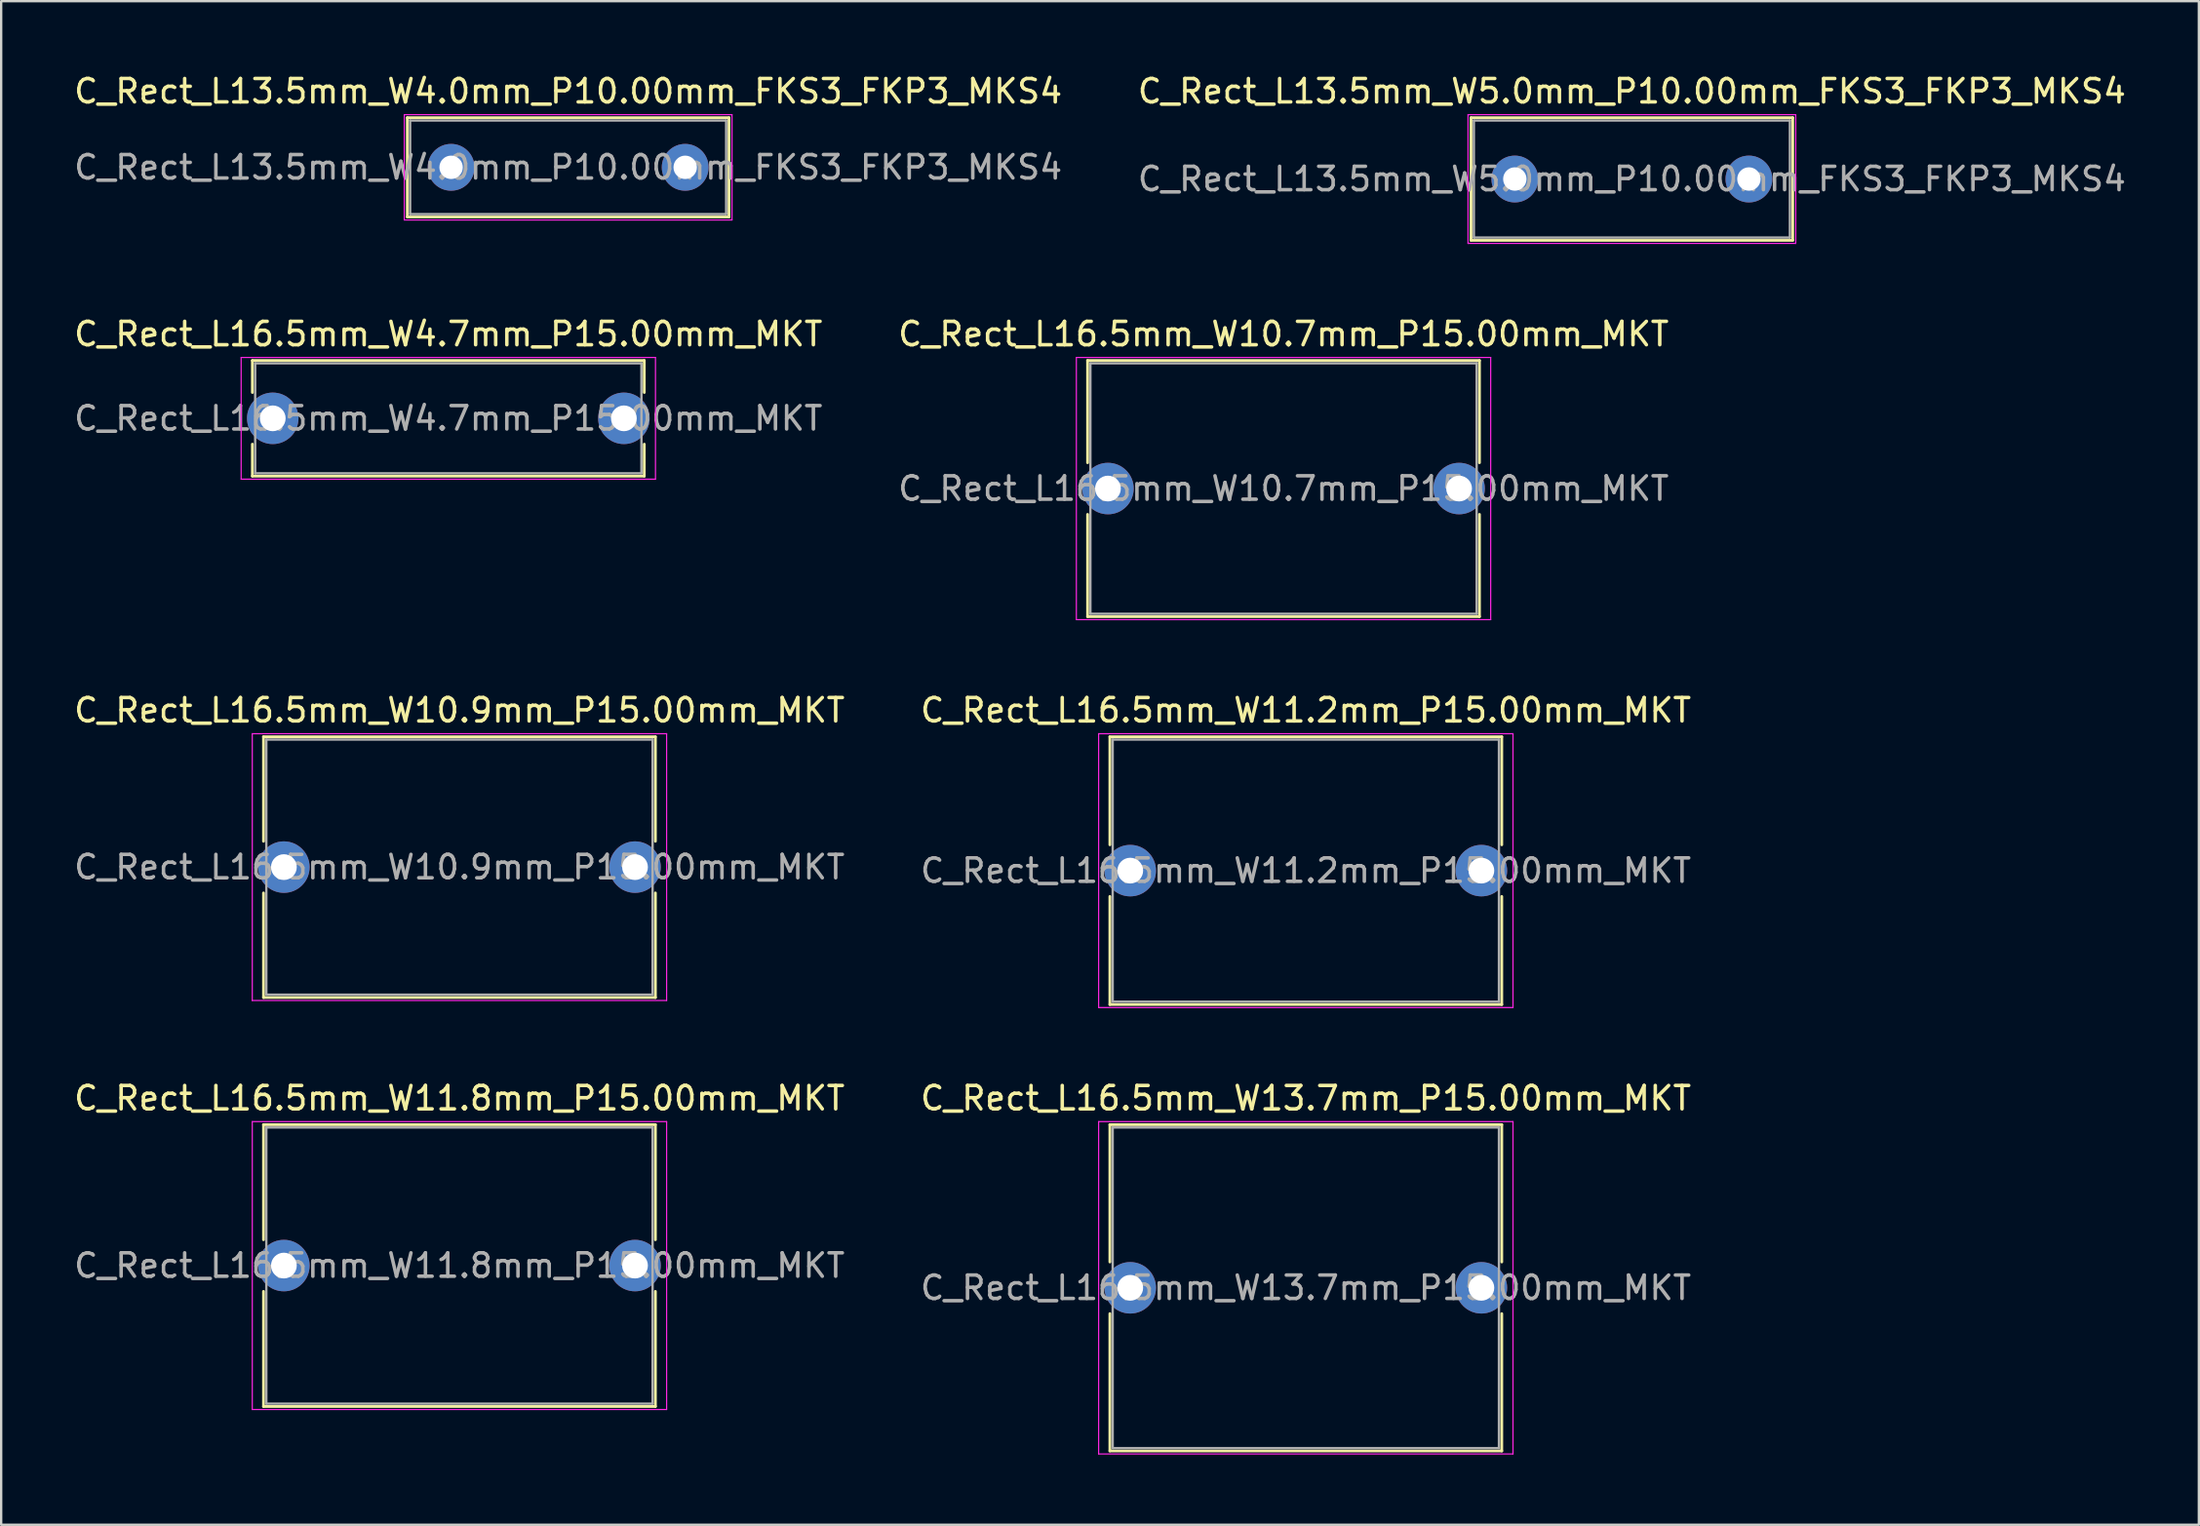
<source format=kicad_pcb>
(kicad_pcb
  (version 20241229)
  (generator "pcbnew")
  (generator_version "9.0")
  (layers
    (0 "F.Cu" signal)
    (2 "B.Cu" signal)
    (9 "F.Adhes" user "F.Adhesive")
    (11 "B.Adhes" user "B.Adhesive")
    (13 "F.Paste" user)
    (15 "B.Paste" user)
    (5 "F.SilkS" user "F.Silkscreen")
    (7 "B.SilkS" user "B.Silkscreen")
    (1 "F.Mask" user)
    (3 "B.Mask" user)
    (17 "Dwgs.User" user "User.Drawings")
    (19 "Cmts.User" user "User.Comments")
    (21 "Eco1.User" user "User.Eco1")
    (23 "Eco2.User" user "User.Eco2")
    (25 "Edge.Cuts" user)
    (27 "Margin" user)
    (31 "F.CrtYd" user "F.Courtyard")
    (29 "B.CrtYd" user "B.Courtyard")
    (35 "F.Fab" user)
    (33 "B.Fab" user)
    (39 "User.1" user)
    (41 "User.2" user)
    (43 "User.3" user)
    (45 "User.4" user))
  (footprint "C_Rect_L16.5mm_W11.2mm_P15.00mm_MKT"
    (layer "F.Cu")
    (at 45.232 34.145)
    (property "Reference" "C_Rect_L16.5mm_W11.2mm_P15.00mm_MKT" (at 7.5 -6.85 0) (layer "F.SilkS") (effects (font (size 1 1) (thickness 0.15))))
    (attr through_hole)
    (fp_line (start -0.87 -5.72) (end -0.87 -1.104) (stroke (width 0.12) (type solid)) (layer "F.SilkS"))
    (fp_line (start -0.87 -5.72) (end 15.87 -5.72) (stroke (width 0.12) (type solid)) (layer "F.SilkS"))
    (fp_line (start -0.87 1.104) (end -0.87 5.72) (stroke (width 0.12) (type solid)) (layer "F.SilkS"))
    (fp_line (start -0.87 5.72) (end 15.87 5.72) (stroke (width 0.12) (type solid)) (layer "F.SilkS"))
    (fp_line (start 15.87 -5.72) (end 15.87 -1.104) (stroke (width 0.12) (type solid)) (layer "F.SilkS"))
    (fp_line (start 15.87 1.104) (end 15.87 5.72) (stroke (width 0.12) (type solid)) (layer "F.SilkS"))
    (fp_line (start -1.35 -5.85) (end -1.35 5.85) (stroke (width 0.05) (type solid)) (layer "F.CrtYd"))
    (fp_line (start -1.35 5.85) (end 16.35 5.85) (stroke (width 0.05) (type solid)) (layer "F.CrtYd"))
    (fp_line (start 16.35 -5.85) (end -1.35 -5.85) (stroke (width 0.05) (type solid)) (layer "F.CrtYd"))
    (fp_line (start 16.35 5.85) (end 16.35 -5.85) (stroke (width 0.05) (type solid)) (layer "F.CrtYd"))
    (fp_line (start -0.75 -5.6) (end -0.75 5.6) (stroke (width 0.1) (type solid)) (layer "F.Fab"))
    (fp_line (start -0.75 5.6) (end 15.75 5.6) (stroke (width 0.1) (type solid)) (layer "F.Fab"))
    (fp_line (start 15.75 -5.6) (end -0.75 -5.6) (stroke (width 0.1) (type solid)) (layer "F.Fab"))
    (fp_line (start 15.75 5.6) (end 15.75 -5.6) (stroke (width 0.1) (type solid)) (layer "F.Fab"))
    (fp_text user "${REFERENCE}" (at 7.5 0 0) (layer "F.Fab") (effects (font (size 1 1) (thickness 0.15))))
    (pad "1" thru_hole circle (at 0 0) (size 2.2 2.2) (drill 1.1) (layers "*.Cu" "*.Mask"))
    (pad "2" thru_hole circle (at 15 0) (size 2.2 2.2) (drill 1.1) (layers "*.Cu" "*.Mask")))
  (footprint "C_Rect_L13.5mm_W4.0mm_P10.00mm_FKS3_FKP3_MKS4"
    (layer "F.Cu")
    (at 16.22 4.098)
    (property "Reference" "C_Rect_L13.5mm_W4.0mm_P10.00mm_FKS3_FKP3_MKS4" (at 5 -3.25 0) (layer "F.SilkS") (effects (font (size 1 1) (thickness 0.15))))
    (attr through_hole)
    (fp_line (start -1.87 -2.12) (end -1.87 2.12) (stroke (width 0.12) (type solid)) (layer "F.SilkS"))
    (fp_line (start -1.87 -2.12) (end 11.87 -2.12) (stroke (width 0.12) (type solid)) (layer "F.SilkS"))
    (fp_line (start -1.87 2.12) (end 11.87 2.12) (stroke (width 0.12) (type solid)) (layer "F.SilkS"))
    (fp_line (start 11.87 -2.12) (end 11.87 2.12) (stroke (width 0.12) (type solid)) (layer "F.SilkS"))
    (fp_line (start -2 -2.25) (end -2 2.25) (stroke (width 0.05) (type solid)) (layer "F.CrtYd"))
    (fp_line (start -2 2.25) (end 12 2.25) (stroke (width 0.05) (type solid)) (layer "F.CrtYd"))
    (fp_line (start 12 -2.25) (end -2 -2.25) (stroke (width 0.05) (type solid)) (layer "F.CrtYd"))
    (fp_line (start 12 2.25) (end 12 -2.25) (stroke (width 0.05) (type solid)) (layer "F.CrtYd"))
    (fp_line (start -1.75 -2) (end -1.75 2) (stroke (width 0.1) (type solid)) (layer "F.Fab"))
    (fp_line (start -1.75 2) (end 11.75 2) (stroke (width 0.1) (type solid)) (layer "F.Fab"))
    (fp_line (start 11.75 -2) (end -1.75 -2) (stroke (width 0.1) (type solid)) (layer "F.Fab"))
    (fp_line (start 11.75 2) (end 11.75 -2) (stroke (width 0.1) (type solid)) (layer "F.Fab"))
    (fp_text user "${REFERENCE}" (at 5 0 0) (layer "F.Fab") (effects (font (size 1 1) (thickness 0.15))))
    (pad "1" thru_hole circle (at 0 0) (size 2 2) (drill 1) (layers "*.Cu" "*.Mask"))
    (pad "2" thru_hole circle (at 10 0) (size 2 2) (drill 1) (layers "*.Cu" "*.Mask")))
  (footprint "C_Rect_L13.5mm_W5.0mm_P10.00mm_FKS3_FKP3_MKS4"
    (layer "F.Cu")
    (at 61.661 4.598)
    (property "Reference" "C_Rect_L13.5mm_W5.0mm_P10.00mm_FKS3_FKP3_MKS4" (at 5 -3.75 0) (layer "F.SilkS") (effects (font (size 1 1) (thickness 0.15))))
    (attr through_hole)
    (fp_line (start -1.87 -2.62) (end -1.87 2.62) (stroke (width 0.12) (type solid)) (layer "F.SilkS"))
    (fp_line (start -1.87 -2.62) (end 11.87 -2.62) (stroke (width 0.12) (type solid)) (layer "F.SilkS"))
    (fp_line (start -1.87 2.62) (end 11.87 2.62) (stroke (width 0.12) (type solid)) (layer "F.SilkS"))
    (fp_line (start 11.87 -2.62) (end 11.87 2.62) (stroke (width 0.12) (type solid)) (layer "F.SilkS"))
    (fp_line (start -2 -2.75) (end -2 2.75) (stroke (width 0.05) (type solid)) (layer "F.CrtYd"))
    (fp_line (start -2 2.75) (end 12 2.75) (stroke (width 0.05) (type solid)) (layer "F.CrtYd"))
    (fp_line (start 12 -2.75) (end -2 -2.75) (stroke (width 0.05) (type solid)) (layer "F.CrtYd"))
    (fp_line (start 12 2.75) (end 12 -2.75) (stroke (width 0.05) (type solid)) (layer "F.CrtYd"))
    (fp_line (start -1.75 -2.5) (end -1.75 2.5) (stroke (width 0.1) (type solid)) (layer "F.Fab"))
    (fp_line (start -1.75 2.5) (end 11.75 2.5) (stroke (width 0.1) (type solid)) (layer "F.Fab"))
    (fp_line (start 11.75 -2.5) (end -1.75 -2.5) (stroke (width 0.1) (type solid)) (layer "F.Fab"))
    (fp_line (start 11.75 2.5) (end 11.75 -2.5) (stroke (width 0.1) (type solid)) (layer "F.Fab"))
    (fp_text user "${REFERENCE}" (at 5 0 0) (layer "F.Fab") (effects (font (size 1 1) (thickness 0.15))))
    (pad "1" thru_hole circle (at 0 0) (size 2 2) (drill 1) (layers "*.Cu" "*.Mask"))
    (pad "2" thru_hole circle (at 10 0) (size 2 2) (drill 1) (layers "*.Cu" "*.Mask")))
  (footprint "C_Rect_L16.5mm_W10.7mm_P15.00mm_MKT"
    (layer "F.Cu")
    (at 44.28 17.822)
    (property "Reference" "C_Rect_L16.5mm_W10.7mm_P15.00mm_MKT" (at 7.5 -6.6 0) (layer "F.SilkS") (effects (font (size 1 1) (thickness 0.15))))
    (attr through_hole)
    (fp_line (start -0.87 -5.47) (end -0.87 -1.104) (stroke (width 0.12) (type solid)) (layer "F.SilkS"))
    (fp_line (start -0.87 -5.47) (end 15.87 -5.47) (stroke (width 0.12) (type solid)) (layer "F.SilkS"))
    (fp_line (start -0.87 1.104) (end -0.87 5.47) (stroke (width 0.12) (type solid)) (layer "F.SilkS"))
    (fp_line (start -0.87 5.47) (end 15.87 5.47) (stroke (width 0.12) (type solid)) (layer "F.SilkS"))
    (fp_line (start 15.87 -5.47) (end 15.87 -1.104) (stroke (width 0.12) (type solid)) (layer "F.SilkS"))
    (fp_line (start 15.87 1.104) (end 15.87 5.47) (stroke (width 0.12) (type solid)) (layer "F.SilkS"))
    (fp_line (start -1.35 -5.6) (end -1.35 5.6) (stroke (width 0.05) (type solid)) (layer "F.CrtYd"))
    (fp_line (start -1.35 5.6) (end 16.35 5.6) (stroke (width 0.05) (type solid)) (layer "F.CrtYd"))
    (fp_line (start 16.35 -5.6) (end -1.35 -5.6) (stroke (width 0.05) (type solid)) (layer "F.CrtYd"))
    (fp_line (start 16.35 5.6) (end 16.35 -5.6) (stroke (width 0.05) (type solid)) (layer "F.CrtYd"))
    (fp_line (start -0.75 -5.35) (end -0.75 5.35) (stroke (width 0.1) (type solid)) (layer "F.Fab"))
    (fp_line (start -0.75 5.35) (end 15.75 5.35) (stroke (width 0.1) (type solid)) (layer "F.Fab"))
    (fp_line (start 15.75 -5.35) (end -0.75 -5.35) (stroke (width 0.1) (type solid)) (layer "F.Fab"))
    (fp_line (start 15.75 5.35) (end 15.75 -5.35) (stroke (width 0.1) (type solid)) (layer "F.Fab"))
    (fp_text user "${REFERENCE}" (at 7.5 0 0) (layer "F.Fab") (effects (font (size 1 1) (thickness 0.15))))
    (pad "1" thru_hole circle (at 0 0) (size 2.2 2.2) (drill 1.1) (layers "*.Cu" "*.Mask"))
    (pad "2" thru_hole circle (at 15 0) (size 2.2 2.2) (drill 1.1) (layers "*.Cu" "*.Mask")))
  (footprint "C_Rect_L16.5mm_W11.8mm_P15.00mm_MKT"
    (layer "F.Cu")
    (at 9.077 51.018)
    (property "Reference" "C_Rect_L16.5mm_W11.8mm_P15.00mm_MKT" (at 7.5 -7.15 0) (layer "F.SilkS") (effects (font (size 1 1) (thickness 0.15))))
    (attr through_hole)
    (fp_line (start -0.87 -6.02) (end -0.87 -1.104) (stroke (width 0.12) (type solid)) (layer "F.SilkS"))
    (fp_line (start -0.87 -6.02) (end 15.87 -6.02) (stroke (width 0.12) (type solid)) (layer "F.SilkS"))
    (fp_line (start -0.87 1.104) (end -0.87 6.02) (stroke (width 0.12) (type solid)) (layer "F.SilkS"))
    (fp_line (start -0.87 6.02) (end 15.87 6.02) (stroke (width 0.12) (type solid)) (layer "F.SilkS"))
    (fp_line (start 15.87 -6.02) (end 15.87 -1.104) (stroke (width 0.12) (type solid)) (layer "F.SilkS"))
    (fp_line (start 15.87 1.104) (end 15.87 6.02) (stroke (width 0.12) (type solid)) (layer "F.SilkS"))
    (fp_line (start -1.35 -6.15) (end -1.35 6.15) (stroke (width 0.05) (type solid)) (layer "F.CrtYd"))
    (fp_line (start -1.35 6.15) (end 16.35 6.15) (stroke (width 0.05) (type solid)) (layer "F.CrtYd"))
    (fp_line (start 16.35 -6.15) (end -1.35 -6.15) (stroke (width 0.05) (type solid)) (layer "F.CrtYd"))
    (fp_line (start 16.35 6.15) (end 16.35 -6.15) (stroke (width 0.05) (type solid)) (layer "F.CrtYd"))
    (fp_line (start -0.75 -5.9) (end -0.75 5.9) (stroke (width 0.1) (type solid)) (layer "F.Fab"))
    (fp_line (start -0.75 5.9) (end 15.75 5.9) (stroke (width 0.1) (type solid)) (layer "F.Fab"))
    (fp_line (start 15.75 -5.9) (end -0.75 -5.9) (stroke (width 0.1) (type solid)) (layer "F.Fab"))
    (fp_line (start 15.75 5.9) (end 15.75 -5.9) (stroke (width 0.1) (type solid)) (layer "F.Fab"))
    (fp_text user "${REFERENCE}" (at 7.5 0 0) (layer "F.Fab") (effects (font (size 1 1) (thickness 0.15))))
    (pad "1" thru_hole circle (at 0 0) (size 2.2 2.2) (drill 1.1) (layers "*.Cu" "*.Mask"))
    (pad "2" thru_hole circle (at 15 0) (size 2.2 2.2) (drill 1.1) (layers "*.Cu" "*.Mask")))
  (footprint "C_Rect_L16.5mm_W10.9mm_P15.00mm_MKT"
    (layer "F.Cu")
    (at 9.077 33.995)
    (property "Reference" "C_Rect_L16.5mm_W10.9mm_P15.00mm_MKT" (at 7.5 -6.7 0) (layer "F.SilkS") (effects (font (size 1 1) (thickness 0.15))))
    (attr through_hole)
    (fp_line (start -0.87 -5.57) (end -0.87 -1.104) (stroke (width 0.12) (type solid)) (layer "F.SilkS"))
    (fp_line (start -0.87 -5.57) (end 15.87 -5.57) (stroke (width 0.12) (type solid)) (layer "F.SilkS"))
    (fp_line (start -0.87 1.104) (end -0.87 5.57) (stroke (width 0.12) (type solid)) (layer "F.SilkS"))
    (fp_line (start -0.87 5.57) (end 15.87 5.57) (stroke (width 0.12) (type solid)) (layer "F.SilkS"))
    (fp_line (start 15.87 -5.57) (end 15.87 -1.104) (stroke (width 0.12) (type solid)) (layer "F.SilkS"))
    (fp_line (start 15.87 1.104) (end 15.87 5.57) (stroke (width 0.12) (type solid)) (layer "F.SilkS"))
    (fp_line (start -1.35 -5.7) (end -1.35 5.7) (stroke (width 0.05) (type solid)) (layer "F.CrtYd"))
    (fp_line (start -1.35 5.7) (end 16.35 5.7) (stroke (width 0.05) (type solid)) (layer "F.CrtYd"))
    (fp_line (start 16.35 -5.7) (end -1.35 -5.7) (stroke (width 0.05) (type solid)) (layer "F.CrtYd"))
    (fp_line (start 16.35 5.7) (end 16.35 -5.7) (stroke (width 0.05) (type solid)) (layer "F.CrtYd"))
    (fp_line (start -0.75 -5.45) (end -0.75 5.45) (stroke (width 0.1) (type solid)) (layer "F.Fab"))
    (fp_line (start -0.75 5.45) (end 15.75 5.45) (stroke (width 0.1) (type solid)) (layer "F.Fab"))
    (fp_line (start 15.75 -5.45) (end -0.75 -5.45) (stroke (width 0.1) (type solid)) (layer "F.Fab"))
    (fp_line (start 15.75 5.45) (end 15.75 -5.45) (stroke (width 0.1) (type solid)) (layer "F.Fab"))
    (fp_text user "${REFERENCE}" (at 7.5 0 0) (layer "F.Fab") (effects (font (size 1 1) (thickness 0.15))))
    (pad "1" thru_hole circle (at 0 0) (size 2.2 2.2) (drill 1.1) (layers "*.Cu" "*.Mask"))
    (pad "2" thru_hole circle (at 15 0) (size 2.2 2.2) (drill 1.1) (layers "*.Cu" "*.Mask")))
  (footprint "C_Rect_L16.5mm_W13.7mm_P15.00mm_MKT"
    (layer "F.Cu")
    (at 45.232 51.968)
    (property "Reference" "C_Rect_L16.5mm_W13.7mm_P15.00mm_MKT" (at 7.5 -8.1 0) (layer "F.SilkS") (effects (font (size 1 1) (thickness 0.15))))
    (attr through_hole)
    (fp_line (start -0.87 -6.97) (end -0.87 -1.104) (stroke (width 0.12) (type solid)) (layer "F.SilkS"))
    (fp_line (start -0.87 -6.97) (end 15.87 -6.97) (stroke (width 0.12) (type solid)) (layer "F.SilkS"))
    (fp_line (start -0.87 1.104) (end -0.87 6.97) (stroke (width 0.12) (type solid)) (layer "F.SilkS"))
    (fp_line (start -0.87 6.97) (end 15.87 6.97) (stroke (width 0.12) (type solid)) (layer "F.SilkS"))
    (fp_line (start 15.87 -6.97) (end 15.87 -1.104) (stroke (width 0.12) (type solid)) (layer "F.SilkS"))
    (fp_line (start 15.87 1.104) (end 15.87 6.97) (stroke (width 0.12) (type solid)) (layer "F.SilkS"))
    (fp_line (start -1.35 -7.1) (end -1.35 7.1) (stroke (width 0.05) (type solid)) (layer "F.CrtYd"))
    (fp_line (start -1.35 7.1) (end 16.35 7.1) (stroke (width 0.05) (type solid)) (layer "F.CrtYd"))
    (fp_line (start 16.35 -7.1) (end -1.35 -7.1) (stroke (width 0.05) (type solid)) (layer "F.CrtYd"))
    (fp_line (start 16.35 7.1) (end 16.35 -7.1) (stroke (width 0.05) (type solid)) (layer "F.CrtYd"))
    (fp_line (start -0.75 -6.85) (end -0.75 6.85) (stroke (width 0.1) (type solid)) (layer "F.Fab"))
    (fp_line (start -0.75 6.85) (end 15.75 6.85) (stroke (width 0.1) (type solid)) (layer "F.Fab"))
    (fp_line (start 15.75 -6.85) (end -0.75 -6.85) (stroke (width 0.1) (type solid)) (layer "F.Fab"))
    (fp_line (start 15.75 6.85) (end 15.75 -6.85) (stroke (width 0.1) (type solid)) (layer "F.Fab"))
    (fp_text user "${REFERENCE}" (at 7.5 0 0) (layer "F.Fab") (effects (font (size 1 1) (thickness 0.15))))
    (pad "1" thru_hole circle (at 0 0) (size 2.2 2.2) (drill 1.1) (layers "*.Cu" "*.Mask"))
    (pad "2" thru_hole circle (at 15 0) (size 2.2 2.2) (drill 1.1) (layers "*.Cu" "*.Mask")))
  (footprint "C_Rect_L16.5mm_W4.7mm_P15.00mm_MKT"
    (layer "F.Cu")
    (at 8.601 14.822)
    (property "Reference" "C_Rect_L16.5mm_W4.7mm_P15.00mm_MKT" (at 7.5 -3.6 0) (layer "F.SilkS") (effects (font (size 1 1) (thickness 0.15))))
    (attr through_hole)
    (fp_line (start -0.87 -2.47) (end -0.87 -1.104) (stroke (width 0.12) (type solid)) (layer "F.SilkS"))
    (fp_line (start -0.87 -2.47) (end 15.87 -2.47) (stroke (width 0.12) (type solid)) (layer "F.SilkS"))
    (fp_line (start -0.87 1.104) (end -0.87 2.47) (stroke (width 0.12) (type solid)) (layer "F.SilkS"))
    (fp_line (start -0.87 2.47) (end 15.87 2.47) (stroke (width 0.12) (type solid)) (layer "F.SilkS"))
    (fp_line (start 15.87 -2.47) (end 15.87 -1.104) (stroke (width 0.12) (type solid)) (layer "F.SilkS"))
    (fp_line (start 15.87 1.104) (end 15.87 2.47) (stroke (width 0.12) (type solid)) (layer "F.SilkS"))
    (fp_line (start -1.35 -2.6) (end -1.35 2.6) (stroke (width 0.05) (type solid)) (layer "F.CrtYd"))
    (fp_line (start -1.35 2.6) (end 16.35 2.6) (stroke (width 0.05) (type solid)) (layer "F.CrtYd"))
    (fp_line (start 16.35 -2.6) (end -1.35 -2.6) (stroke (width 0.05) (type solid)) (layer "F.CrtYd"))
    (fp_line (start 16.35 2.6) (end 16.35 -2.6) (stroke (width 0.05) (type solid)) (layer "F.CrtYd"))
    (fp_line (start -0.75 -2.35) (end -0.75 2.35) (stroke (width 0.1) (type solid)) (layer "F.Fab"))
    (fp_line (start -0.75 2.35) (end 15.75 2.35) (stroke (width 0.1) (type solid)) (layer "F.Fab"))
    (fp_line (start 15.75 -2.35) (end -0.75 -2.35) (stroke (width 0.1) (type solid)) (layer "F.Fab"))
    (fp_line (start 15.75 2.35) (end 15.75 -2.35) (stroke (width 0.1) (type solid)) (layer "F.Fab"))
    (fp_text user "${REFERENCE}" (at 7.5 0 0) (layer "F.Fab") (effects (font (size 1 1) (thickness 0.15))))
    (pad "1" thru_hole circle (at 0 0) (size 2.2 2.2) (drill 1.1) (layers "*.Cu" "*.Mask"))
    (pad "2" thru_hole circle (at 15 0) (size 2.2 2.2) (drill 1.1) (layers "*.Cu" "*.Mask")))
  (gr_rect
    (start -3 -3)
    (end 90.881 62.093)
    (stroke (width 0.1) (type default))
    (fill no)
    (layer "Edge.Cuts")))
</source>
